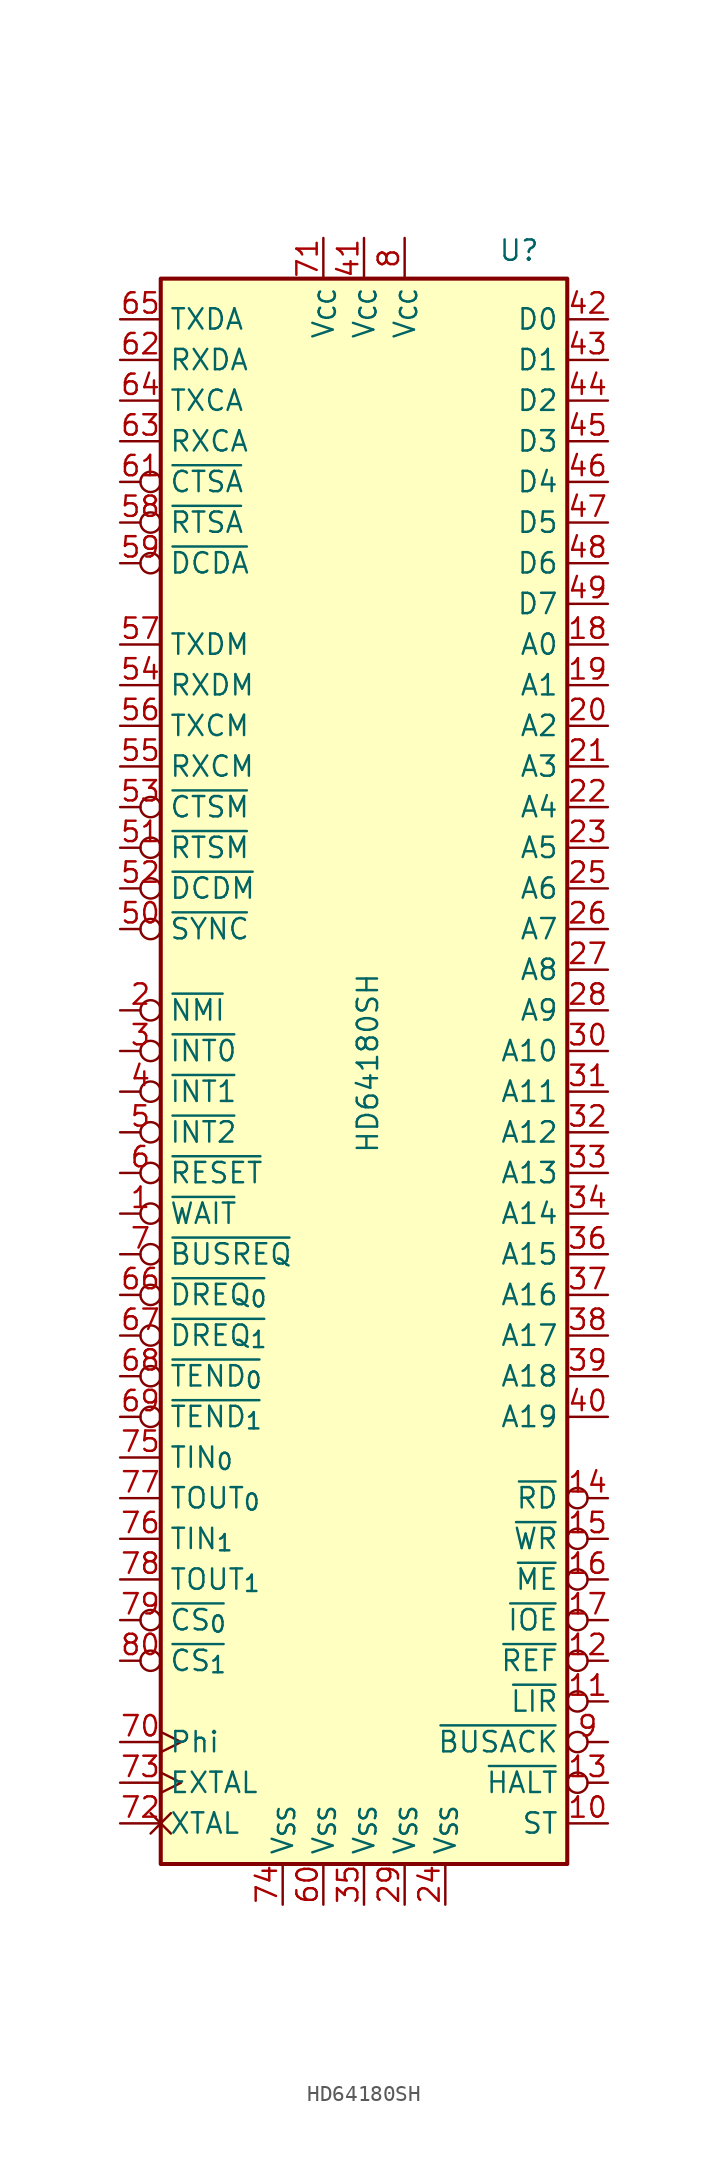
<source format=kicad_sym>
(kicad_symbol_lib
  (version 20241209)
  (generator "kicad_symbol_editor")
  (generator_version "9.0")
  (symbol "HD64180SH"
    (property "Reference" "U"
      (at 8.382 50.546 0)
      (effects (font (size 1.27 1.27)) (justify left bottom)))
    (property "Value" "HD64180SH"
      (at -0.508 0.508 90)
      (effects (font (size 1.27 1.27)) (justify top)))
    (symbol "HD64180SH_0_1"
      (rectangle (start -12.7 49.53) (end 12.7 -49.53) (stroke (width 0.254) (type default)) (fill (type background))))
    (symbol "HD64180SH_1_0"
      (pin output line (at -15.24 46.99 0) (length 2.54) (name "TXDA" (effects (font (size 1.27 1.27)))) (number "65" (effects (font (size 1.27 1.27)))))
      (pin input line (at -15.24 44.45 0) (length 2.54) (name "RXDA" (effects (font (size 1.27 1.27)))) (number "62" (effects (font (size 1.27 1.27)))))
      (pin bidirectional line (at -15.24 41.91 0) (length 2.54) (name "TXCA" (effects (font (size 1.27 1.27)))) (number "64" (effects (font (size 1.27 1.27)))))
      (pin input inverted (at -15.24 36.83 0) (length 2.54) (name "~{CTSA}" (effects (font (size 1.27 1.27)))) (number "61" (effects (font (size 1.27 1.27)))))
      (pin output inverted (at -15.24 34.29 0) (length 2.54) (name "~{RTSA}" (effects (font (size 1.27 1.27)))) (number "58" (effects (font (size 1.27 1.27)))))
      (pin input inverted (at -15.24 31.75 0) (length 2.54) (name "~{DCDA}" (effects (font (size 1.27 1.27)))) (number "59" (effects (font (size 1.27 1.27)))))
      (pin bidirectional line (at -15.24 21.59 0) (length 2.54) (name "TXCM" (effects (font (size 1.27 1.27)))) (number "56" (effects (font (size 1.27 1.27)))))
      (pin bidirectional inverted (at -15.24 8.89 0) (length 2.54) (name "~{SYNC}" (effects (font (size 1.27 1.27)))) (number "50" (effects (font (size 1.27 1.27)))))
      (pin input inverted (at -15.24 -1.27 0) (length 2.54) (name "~{INT1}" (effects (font (size 1.27 1.27)))) (number "4" (effects (font (size 1.27 1.27)))))
      (pin input inverted (at -15.24 -11.43 0) (length 2.54) (name "~{BUSREQ}" (effects (font (size 1.27 1.27)))) (number "7" (effects (font (size 1.27 1.27)))))
      (pin input inverted (at -15.24 -13.97 0) (length 2.54) (name "~{DREQ_{0}}" (effects (font (size 1.27 1.27)))) (number "66" (effects (font (size 1.27 1.27)))))
      (pin input inverted (at -15.24 -16.51 0) (length 2.54) (name "~{DREQ_{1}}" (effects (font (size 1.27 1.27)))) (number "67" (effects (font (size 1.27 1.27)))))
      (pin output inverted (at -15.24 -19.05 0) (length 2.54) (name "~{TEND_{0}}" (effects (font (size 1.27 1.27)))) (number "68" (effects (font (size 1.27 1.27)))))
      (pin input line (at -15.24 -24.13 0) (length 2.54) (name "TIN_{0}" (effects (font (size 1.27 1.27)))) (number "75" (effects (font (size 1.27 1.27)))))
      (pin output line (at -15.24 -26.67 0) (length 2.54) (name "TOUT_{0}" (effects (font (size 1.27 1.27)))) (number "77" (effects (font (size 1.27 1.27)))))
      (pin input line (at -15.24 -29.21 0) (length 2.54) (name "TIN_{1}" (effects (font (size 1.27 1.27)))) (number "76" (effects (font (size 1.27 1.27)))))
      (pin output line (at -15.24 -31.75 0) (length 2.54) (name "TOUT_{1}" (effects (font (size 1.27 1.27)))) (number "78" (effects (font (size 1.27 1.27)))))
      (pin output inverted (at -15.24 -36.83 0) (length 2.54) (name "~{CS_{1}}" (effects (font (size 1.27 1.27)))) (number "80" (effects (font (size 1.27 1.27)))))
      (pin output clock (at -15.24 -41.91 0) (length 2.54) (name "Phi" (effects (font (size 1.27 1.27)))) (number "70" (effects (font (size 1.27 1.27)))))
      (pin power_in line (at -5.08 -52.07 90) (length 2.54) (name "V_{SS}" (effects (font (size 1.27 1.27)))) (number "74" (effects (font (size 1.27 1.27)))))
      (pin power_in line (at -2.54 52.07 270) (length 2.54) (name "V_{CC}" (effects (font (size 1.27 1.27)))) (number "71" (effects (font (size 1.27 1.27)))))
      (pin power_in line (at -2.54 -52.07 90) (length 2.54) (name "V_{SS}" (effects (font (size 1.27 1.27)))) (number "60" (effects (font (size 1.27 1.27)))))
      (pin power_in line (at 0 52.07 270) (length 2.54) (name "V_{CC}" (effects (font (size 1.27 1.27)))) (number "41" (effects (font (size 1.27 1.27)))))
      (pin power_in line (at 0 -52.07 90) (length 2.54) (name "V_{SS}" (effects (font (size 1.27 1.27)))) (number "35" (effects (font (size 1.27 1.27)))))
      (pin power_in line (at 2.54 52.07 270) (length 2.54) (name "V_{CC}" (effects (font (size 1.27 1.27)))) (number "8" (effects (font (size 1.27 1.27)))))
      (pin power_in line (at 2.54 -52.07 90) (length 2.54) (name "V_{SS}" (effects (font (size 1.27 1.27)))) (number "29" (effects (font (size 1.27 1.27)))))
      (pin power_in line (at 5.08 -52.07 90) (length 2.54) (name "V_{SS}" (effects (font (size 1.27 1.27)))) (number "24" (effects (font (size 1.27 1.27)))))
      (pin output line (at 15.24 26.67 180) (length 2.54) (name "A0" (effects (font (size 1.27 1.27)))) (number "18" (effects (font (size 1.27 1.27)))))
      (pin output line (at 15.24 24.13 180) (length 2.54) (name "A1" (effects (font (size 1.27 1.27)))) (number "19" (effects (font (size 1.27 1.27)))))
      (pin output line (at 15.24 21.59 180) (length 2.54) (name "A2" (effects (font (size 1.27 1.27)))) (number "20" (effects (font (size 1.27 1.27)))))
      (pin output line (at 15.24 19.05 180) (length 2.54) (name "A3" (effects (font (size 1.27 1.27)))) (number "21" (effects (font (size 1.27 1.27)))))
      (pin output line (at 15.24 16.51 180) (length 2.54) (name "A4" (effects (font (size 1.27 1.27)))) (number "22" (effects (font (size 1.27 1.27)))))
      (pin output line (at 15.24 13.97 180) (length 2.54) (name "A5" (effects (font (size 1.27 1.27)))) (number "23" (effects (font (size 1.27 1.27)))))
      (pin output line (at 15.24 11.43 180) (length 2.54) (name "A6" (effects (font (size 1.27 1.27)))) (number "25" (effects (font (size 1.27 1.27)))))
      (pin output line (at 15.24 8.89 180) (length 2.54) (name "A7" (effects (font (size 1.27 1.27)))) (number "26" (effects (font (size 1.27 1.27)))))
      (pin output inverted (at 15.24 -31.75 180) (length 2.54) (name "~{ME}" (effects (font (size 1.27 1.27)))) (number "16" (effects (font (size 1.27 1.27)))))
      (pin output inverted (at 15.24 -34.29 180) (length 2.54) (name "~{IOE}" (effects (font (size 1.27 1.27)))) (number "17" (effects (font (size 1.27 1.27)))))
      (pin output inverted (at 15.24 -36.83 180) (length 2.54) (name "~{REF}" (effects (font (size 1.27 1.27)))) (number "12" (effects (font (size 1.27 1.27)))))
      (pin output inverted (at 15.24 -39.37 180) (length 2.54) (name "~{LIR}" (effects (font (size 1.27 1.27)))) (number "11" (effects (font (size 1.27 1.27)))))
      (pin output inverted (at 15.24 -41.91 180) (length 2.54) (name "~{BUSACK}" (effects (font (size 1.27 1.27)))) (number "9" (effects (font (size 1.27 1.27)))))
      (pin output inverted (at 15.24 -44.45 180) (length 2.54) (name "~{HALT}" (effects (font (size 1.27 1.27)))) (number "13" (effects (font (size 1.27 1.27))))))
    (symbol "HD64180SH_1_1"
      (pin bidirectional line (at -15.24 39.37 0) (length 2.54) (name "RXCA" (effects (font (size 1.27 1.27)))) (number "63" (effects (font (size 1.27 1.27)))))
      (pin output line (at -15.24 26.67 0) (length 2.54) (name "TXDM" (effects (font (size 1.27 1.27)))) (number "57" (effects (font (size 1.27 1.27)))))
      (pin input line (at -15.24 24.13 0) (length 2.54) (name "RXDM" (effects (font (size 1.27 1.27)))) (number "54" (effects (font (size 1.27 1.27)))))
      (pin bidirectional line (at -15.24 19.05 0) (length 2.54) (name "RXCM" (effects (font (size 1.27 1.27)))) (number "55" (effects (font (size 1.27 1.27)))))
      (pin input inverted (at -15.24 16.51 0) (length 2.54) (name "~{CTSM}" (effects (font (size 1.27 1.27)))) (number "53" (effects (font (size 1.27 1.27)))))
      (pin output inverted (at -15.24 13.97 0) (length 2.54) (name "~{RTSM}" (effects (font (size 1.27 1.27)))) (number "51" (effects (font (size 1.27 1.27)))))
      (pin input inverted (at -15.24 11.43 0) (length 2.54) (name "~{DCDM}" (effects (font (size 1.27 1.27)))) (number "52" (effects (font (size 1.27 1.27)))))
      (pin input inverted (at -15.24 3.81 0) (length 2.54) (name "~{NMI}" (effects (font (size 1.27 1.27)))) (number "2" (effects (font (size 1.27 1.27)))))
      (pin input inverted (at -15.24 1.27 0) (length 2.54) (name "~{INT0}" (effects (font (size 1.27 1.27)))) (number "3" (effects (font (size 1.27 1.27)))))
      (pin input inverted (at -15.24 -3.81 0) (length 2.54) (name "~{INT2}" (effects (font (size 1.27 1.27)))) (number "5" (effects (font (size 1.27 1.27)))))
      (pin input inverted (at -15.24 -6.35 0) (length 2.54) (name "~{RESET}" (effects (font (size 1.27 1.27)))) (number "6" (effects (font (size 1.27 1.27)))))
      (pin input inverted (at -15.24 -8.89 0) (length 2.54) (name "~{WAIT}" (effects (font (size 1.27 1.27)))) (number "1" (effects (font (size 1.27 1.27)))))
      (pin output inverted (at -15.24 -21.59 0) (length 2.54) (name "~{TEND_{1}}" (effects (font (size 1.27 1.27)))) (number "69" (effects (font (size 1.27 1.27)))))
      (pin output inverted (at -15.24 -34.29 0) (length 2.54) (name "~{CS_{0}}" (effects (font (size 1.27 1.27)))) (number "79" (effects (font (size 1.27 1.27)))))
      (pin input clock (at -15.24 -44.45 0) (length 2.54) (name "EXTAL" (effects (font (size 1.27 1.27)))) (number "73" (effects (font (size 1.27 1.27)))))
      (pin input non_logic (at -15.24 -46.99 0) (length 2.54) (name "XTAL" (effects (font (size 1.27 1.27)))) (number "72" (effects (font (size 1.27 1.27)))))
      (pin bidirectional line (at 15.24 46.99 180) (length 2.54) (name "D0" (effects (font (size 1.27 1.27)))) (number "42" (effects (font (size 1.27 1.27)))))
      (pin bidirectional line (at 15.24 44.45 180) (length 2.54) (name "D1" (effects (font (size 1.27 1.27)))) (number "43" (effects (font (size 1.27 1.27)))))
      (pin bidirectional line (at 15.24 41.91 180) (length 2.54) (name "D2" (effects (font (size 1.27 1.27)))) (number "44" (effects (font (size 1.27 1.27)))))
      (pin bidirectional line (at 15.24 39.37 180) (length 2.54) (name "D3" (effects (font (size 1.27 1.27)))) (number "45" (effects (font (size 1.27 1.27)))))
      (pin bidirectional line (at 15.24 36.83 180) (length 2.54) (name "D4" (effects (font (size 1.27 1.27)))) (number "46" (effects (font (size 1.27 1.27)))))
      (pin bidirectional line (at 15.24 34.29 180) (length 2.54) (name "D5" (effects (font (size 1.27 1.27)))) (number "47" (effects (font (size 1.27 1.27)))))
      (pin bidirectional line (at 15.24 31.75 180) (length 2.54) (name "D6" (effects (font (size 1.27 1.27)))) (number "48" (effects (font (size 1.27 1.27)))))
      (pin bidirectional line (at 15.24 29.21 180) (length 2.54) (name "D7" (effects (font (size 1.27 1.27)))) (number "49" (effects (font (size 1.27 1.27)))))
      (pin output line (at 15.24 6.35 180) (length 2.54) (name "A8" (effects (font (size 1.27 1.27)))) (number "27" (effects (font (size 1.27 1.27)))))
      (pin output line (at 15.24 3.81 180) (length 2.54) (name "A9" (effects (font (size 1.27 1.27)))) (number "28" (effects (font (size 1.27 1.27)))))
      (pin output line (at 15.24 1.27 180) (length 2.54) (name "A10" (effects (font (size 1.27 1.27)))) (number "30" (effects (font (size 1.27 1.27)))))
      (pin output line (at 15.24 -1.27 180) (length 2.54) (name "A11" (effects (font (size 1.27 1.27)))) (number "31" (effects (font (size 1.27 1.27)))))
      (pin output line (at 15.24 -3.81 180) (length 2.54) (name "A12" (effects (font (size 1.27 1.27)))) (number "32" (effects (font (size 1.27 1.27)))))
      (pin output line (at 15.24 -6.35 180) (length 2.54) (name "A13" (effects (font (size 1.27 1.27)))) (number "33" (effects (font (size 1.27 1.27)))))
      (pin output line (at 15.24 -8.89 180) (length 2.54) (name "A14" (effects (font (size 1.27 1.27)))) (number "34" (effects (font (size 1.27 1.27)))))
      (pin output line (at 15.24 -11.43 180) (length 2.54) (name "A15" (effects (font (size 1.27 1.27)))) (number "36" (effects (font (size 1.27 1.27)))))
      (pin output line (at 15.24 -13.97 180) (length 2.54) (name "A16" (effects (font (size 1.27 1.27)))) (number "37" (effects (font (size 1.27 1.27)))))
      (pin output line (at 15.24 -16.51 180) (length 2.54) (name "A17" (effects (font (size 1.27 1.27)))) (number "38" (effects (font (size 1.27 1.27)))))
      (pin output line (at 15.24 -19.05 180) (length 2.54) (name "A18" (effects (font (size 1.27 1.27)))) (number "39" (effects (font (size 1.27 1.27)))))
      (pin output line (at 15.24 -21.59 180) (length 2.54) (name "A19" (effects (font (size 1.27 1.27)))) (number "40" (effects (font (size 1.27 1.27)))))
      (pin output inverted (at 15.24 -26.67 180) (length 2.54) (name "~{RD}" (effects (font (size 1.27 1.27)))) (number "14" (effects (font (size 1.27 1.27)))))
      (pin output inverted (at 15.24 -29.21 180) (length 2.54) (name "~{WR}" (effects (font (size 1.27 1.27)))) (number "15" (effects (font (size 1.27 1.27)))))
      (pin output line (at 15.24 -46.99 180) (length 2.54) (name "ST" (effects (font (size 1.27 1.27)))) (number "10" (effects (font (size 1.27 1.27))))))))
</source>
